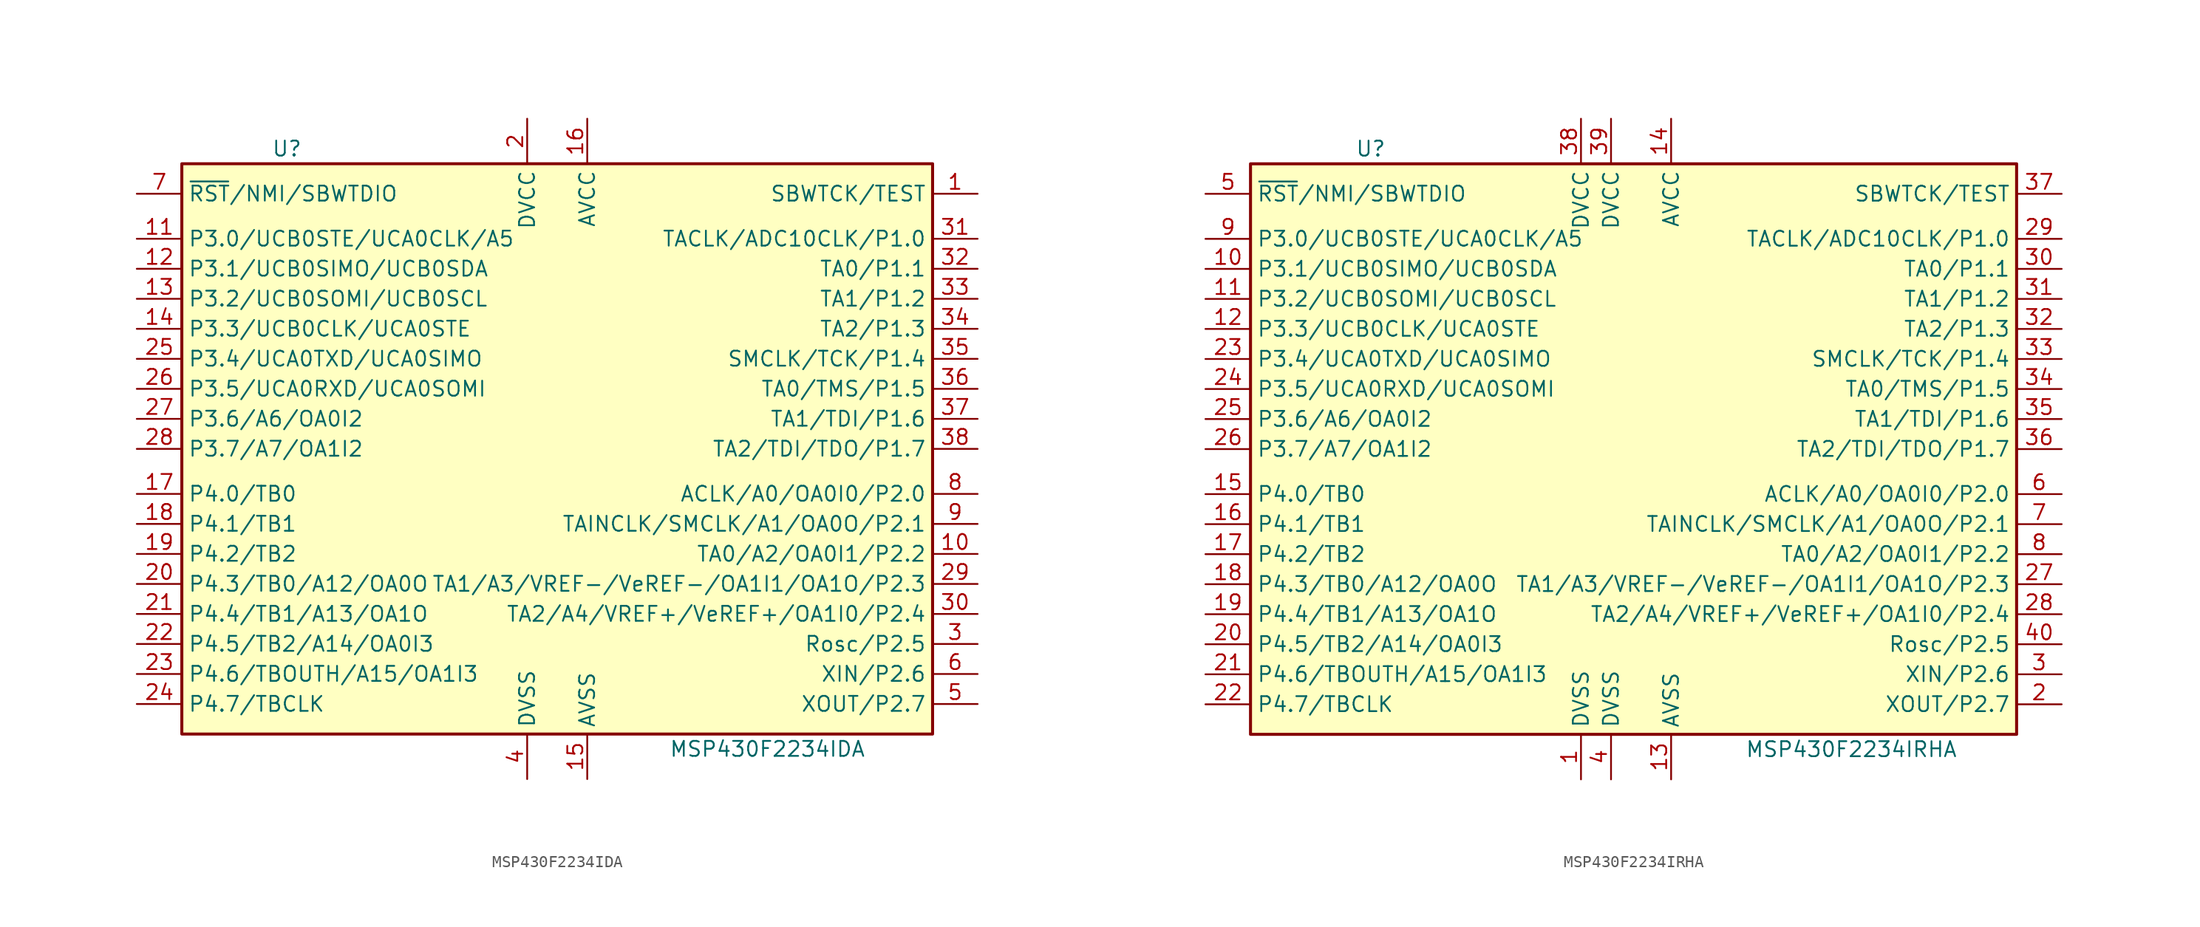
<source format=kicad_sym>
(kicad_symbol_lib
  (version 20231120)
  (generator "kicad_symbol_editor")
  (generator_version "8.0")
  (symbol "MSP430F2234IDA"
    (property "Reference" "U"
      (at -22.86 25.4 0)
      (effects (font (size 1.27 1.27))))
    (property "Value" "MSP430F2234IDA"
      (at 17.78 -25.4 0)
      (effects (font (size 1.27 1.27))))
    (symbol "MSP430F2234IDA_0_1"
      (rectangle (start -31.75 24.13) (end 31.75 -24.13) (stroke (width 0.254) (type default)) (fill (type background))))
    (symbol "MSP430F2234IDA_1_1"
      (pin input line (at 35.56 21.59 180) (length 3.81) (name "SBWTCK/TEST" (effects (font (size 1.27 1.27)))) (number "1" (effects (font (size 1.27 1.27)))))
      (pin bidirectional line (at 35.56 -8.89 180) (length 3.81) (name "TA0/A2/OA0I1/P2.2" (effects (font (size 1.27 1.27)))) (number "10" (effects (font (size 1.27 1.27)))))
      (pin bidirectional line (at -35.56 17.78 0) (length 3.81) (name "P3.0/UCB0STE/UCA0CLK/A5" (effects (font (size 1.27 1.27)))) (number "11" (effects (font (size 1.27 1.27)))))
      (pin bidirectional line (at -35.56 15.24 0) (length 3.81) (name "P3.1/UCB0SIMO/UCB0SDA" (effects (font (size 1.27 1.27)))) (number "12" (effects (font (size 1.27 1.27)))))
      (pin bidirectional line (at -35.56 12.7 0) (length 3.81) (name "P3.2/UCB0SOMI/UCB0SCL" (effects (font (size 1.27 1.27)))) (number "13" (effects (font (size 1.27 1.27)))))
      (pin bidirectional line (at -35.56 10.16 0) (length 3.81) (name "P3.3/UCB0CLK/UCA0STE" (effects (font (size 1.27 1.27)))) (number "14" (effects (font (size 1.27 1.27)))))
      (pin power_in line (at 2.54 -27.94 90) (length 3.81) (name "AVSS" (effects (font (size 1.27 1.27)))) (number "15" (effects (font (size 1.27 1.27)))))
      (pin power_in line (at 2.54 27.94 270) (length 3.81) (name "AVCC" (effects (font (size 1.27 1.27)))) (number "16" (effects (font (size 1.27 1.27)))))
      (pin bidirectional line (at -35.56 -3.81 0) (length 3.81) (name "P4.0/TB0" (effects (font (size 1.27 1.27)))) (number "17" (effects (font (size 1.27 1.27)))))
      (pin bidirectional line (at -35.56 -6.35 0) (length 3.81) (name "P4.1/TB1" (effects (font (size 1.27 1.27)))) (number "18" (effects (font (size 1.27 1.27)))))
      (pin bidirectional line (at -35.56 -8.89 0) (length 3.81) (name "P4.2/TB2" (effects (font (size 1.27 1.27)))) (number "19" (effects (font (size 1.27 1.27)))))
      (pin power_in line (at -2.54 27.94 270) (length 3.81) (name "DVCC" (effects (font (size 1.27 1.27)))) (number "2" (effects (font (size 1.27 1.27)))))
      (pin bidirectional line (at -35.56 -11.43 0) (length 3.81) (name "P4.3/TB0/A12/OA0O" (effects (font (size 1.27 1.27)))) (number "20" (effects (font (size 1.27 1.27)))))
      (pin bidirectional line (at -35.56 -13.97 0) (length 3.81) (name "P4.4/TB1/A13/OA1O" (effects (font (size 1.27 1.27)))) (number "21" (effects (font (size 1.27 1.27)))))
      (pin bidirectional line (at -35.56 -16.51 0) (length 3.81) (name "P4.5/TB2/A14/OA0I3" (effects (font (size 1.27 1.27)))) (number "22" (effects (font (size 1.27 1.27)))))
      (pin bidirectional line (at -35.56 -19.05 0) (length 3.81) (name "P4.6/TBOUTH/A15/OA1I3" (effects (font (size 1.27 1.27)))) (number "23" (effects (font (size 1.27 1.27)))))
      (pin bidirectional line (at -35.56 -21.59 0) (length 3.81) (name "P4.7/TBCLK" (effects (font (size 1.27 1.27)))) (number "24" (effects (font (size 1.27 1.27)))))
      (pin bidirectional line (at -35.56 7.62 0) (length 3.81) (name "P3.4/UCA0TXD/UCA0SIMO" (effects (font (size 1.27 1.27)))) (number "25" (effects (font (size 1.27 1.27)))))
      (pin bidirectional line (at -35.56 5.08 0) (length 3.81) (name "P3.5/UCA0RXD/UCA0SOMI" (effects (font (size 1.27 1.27)))) (number "26" (effects (font (size 1.27 1.27)))))
      (pin bidirectional line (at -35.56 2.54 0) (length 3.81) (name "P3.6/A6/OA0I2" (effects (font (size 1.27 1.27)))) (number "27" (effects (font (size 1.27 1.27)))))
      (pin bidirectional line (at -35.56 0 0) (length 3.81) (name "P3.7/A7/OA1I2" (effects (font (size 1.27 1.27)))) (number "28" (effects (font (size 1.27 1.27)))))
      (pin bidirectional line (at 35.56 -11.43 180) (length 3.81) (name "TA1/A3/VREF-/VeREF-/OA1I1/OA1O/P2.3" (effects (font (size 1.27 1.27)))) (number "29" (effects (font (size 1.27 1.27)))))
      (pin bidirectional line (at 35.56 -16.51 180) (length 3.81) (name "Rosc/P2.5" (effects (font (size 1.27 1.27)))) (number "3" (effects (font (size 1.27 1.27)))))
      (pin bidirectional line (at 35.56 -13.97 180) (length 3.81) (name "TA2/A4/VREF+/VeREF+/OA1I0/P2.4" (effects (font (size 1.27 1.27)))) (number "30" (effects (font (size 1.27 1.27)))))
      (pin bidirectional line (at 35.56 17.78 180) (length 3.81) (name "TACLK/ADC10CLK/P1.0" (effects (font (size 1.27 1.27)))) (number "31" (effects (font (size 1.27 1.27)))))
      (pin bidirectional line (at 35.56 15.24 180) (length 3.81) (name "TA0/P1.1" (effects (font (size 1.27 1.27)))) (number "32" (effects (font (size 1.27 1.27)))))
      (pin bidirectional line (at 35.56 12.7 180) (length 3.81) (name "TA1/P1.2" (effects (font (size 1.27 1.27)))) (number "33" (effects (font (size 1.27 1.27)))))
      (pin bidirectional line (at 35.56 10.16 180) (length 3.81) (name "TA2/P1.3" (effects (font (size 1.27 1.27)))) (number "34" (effects (font (size 1.27 1.27)))))
      (pin bidirectional line (at 35.56 7.62 180) (length 3.81) (name "SMCLK/TCK/P1.4" (effects (font (size 1.27 1.27)))) (number "35" (effects (font (size 1.27 1.27)))))
      (pin bidirectional line (at 35.56 5.08 180) (length 3.81) (name "TA0/TMS/P1.5" (effects (font (size 1.27 1.27)))) (number "36" (effects (font (size 1.27 1.27)))))
      (pin bidirectional line (at 35.56 2.54 180) (length 3.81) (name "TA1/TDI/P1.6" (effects (font (size 1.27 1.27)))) (number "37" (effects (font (size 1.27 1.27)))))
      (pin bidirectional line (at 35.56 0 180) (length 3.81) (name "TA2/TDI/TDO/P1.7" (effects (font (size 1.27 1.27)))) (number "38" (effects (font (size 1.27 1.27)))))
      (pin power_in line (at -2.54 -27.94 90) (length 3.81) (name "DVSS" (effects (font (size 1.27 1.27)))) (number "4" (effects (font (size 1.27 1.27)))))
      (pin bidirectional line (at 35.56 -21.59 180) (length 3.81) (name "XOUT/P2.7" (effects (font (size 1.27 1.27)))) (number "5" (effects (font (size 1.27 1.27)))))
      (pin bidirectional line (at 35.56 -19.05 180) (length 3.81) (name "XIN/P2.6" (effects (font (size 1.27 1.27)))) (number "6" (effects (font (size 1.27 1.27)))))
      (pin bidirectional line (at -35.56 21.59 0) (length 3.81) (name "~{RST}/NMI/SBWTDIO" (effects (font (size 1.27 1.27)))) (number "7" (effects (font (size 1.27 1.27)))))
      (pin bidirectional line (at 35.56 -3.81 180) (length 3.81) (name "ACLK/A0/OA0I0/P2.0" (effects (font (size 1.27 1.27)))) (number "8" (effects (font (size 1.27 1.27)))))
      (pin bidirectional line (at 35.56 -6.35 180) (length 3.81) (name "TAINCLK/SMCLK/A1/OA0O/P2.1" (effects (font (size 1.27 1.27)))) (number "9" (effects (font (size 1.27 1.27)))))))
  (symbol "MSP430F2234IRHA"
    (property "Reference" "U"
      (at -22.86 25.4 0)
      (effects (font (size 1.27 1.27))))
    (property "Value" "MSP430F2234IRHA"
      (at 17.78 -25.4 0)
      (effects (font (size 1.27 1.27))))
    (symbol "MSP430F2234IRHA_0_1"
      (rectangle (start -33.02 24.13) (end 31.75 -24.13) (stroke (width 0.254) (type default)) (fill (type background))))
    (symbol "MSP430F2234IRHA_1_1"
      (pin power_in line (at -5.08 -27.94 90) (length 3.81) (name "DVSS" (effects (font (size 1.27 1.27)))) (number "1" (effects (font (size 1.27 1.27)))))
      (pin bidirectional line (at -36.83 15.24 0) (length 3.81) (name "P3.1/UCB0SIMO/UCB0SDA" (effects (font (size 1.27 1.27)))) (number "10" (effects (font (size 1.27 1.27)))))
      (pin bidirectional line (at -36.83 12.7 0) (length 3.81) (name "P3.2/UCB0SOMI/UCB0SCL" (effects (font (size 1.27 1.27)))) (number "11" (effects (font (size 1.27 1.27)))))
      (pin bidirectional line (at -36.83 10.16 0) (length 3.81) (name "P3.3/UCB0CLK/UCA0STE" (effects (font (size 1.27 1.27)))) (number "12" (effects (font (size 1.27 1.27)))))
      (pin power_in line (at 2.54 -27.94 90) (length 3.81) (name "AVSS" (effects (font (size 1.27 1.27)))) (number "13" (effects (font (size 1.27 1.27)))))
      (pin power_in line (at 2.54 27.94 270) (length 3.81) (name "AVCC" (effects (font (size 1.27 1.27)))) (number "14" (effects (font (size 1.27 1.27)))))
      (pin bidirectional line (at -36.83 -3.81 0) (length 3.81) (name "P4.0/TB0" (effects (font (size 1.27 1.27)))) (number "15" (effects (font (size 1.27 1.27)))))
      (pin bidirectional line (at -36.83 -6.35 0) (length 3.81) (name "P4.1/TB1" (effects (font (size 1.27 1.27)))) (number "16" (effects (font (size 1.27 1.27)))))
      (pin bidirectional line (at -36.83 -8.89 0) (length 3.81) (name "P4.2/TB2" (effects (font (size 1.27 1.27)))) (number "17" (effects (font (size 1.27 1.27)))))
      (pin bidirectional line (at -36.83 -11.43 0) (length 3.81) (name "P4.3/TB0/A12/OA0O" (effects (font (size 1.27 1.27)))) (number "18" (effects (font (size 1.27 1.27)))))
      (pin bidirectional line (at -36.83 -13.97 0) (length 3.81) (name "P4.4/TB1/A13/OA1O" (effects (font (size 1.27 1.27)))) (number "19" (effects (font (size 1.27 1.27)))))
      (pin bidirectional line (at 35.56 -21.59 180) (length 3.81) (name "XOUT/P2.7" (effects (font (size 1.27 1.27)))) (number "2" (effects (font (size 1.27 1.27)))))
      (pin bidirectional line (at -36.83 -16.51 0) (length 3.81) (name "P4.5/TB2/A14/OA0I3" (effects (font (size 1.27 1.27)))) (number "20" (effects (font (size 1.27 1.27)))))
      (pin bidirectional line (at -36.83 -19.05 0) (length 3.81) (name "P4.6/TBOUTH/A15/OA1I3" (effects (font (size 1.27 1.27)))) (number "21" (effects (font (size 1.27 1.27)))))
      (pin bidirectional line (at -36.83 -21.59 0) (length 3.81) (name "P4.7/TBCLK" (effects (font (size 1.27 1.27)))) (number "22" (effects (font (size 1.27 1.27)))))
      (pin bidirectional line (at -36.83 7.62 0) (length 3.81) (name "P3.4/UCA0TXD/UCA0SIMO" (effects (font (size 1.27 1.27)))) (number "23" (effects (font (size 1.27 1.27)))))
      (pin bidirectional line (at -36.83 5.08 0) (length 3.81) (name "P3.5/UCA0RXD/UCA0SOMI" (effects (font (size 1.27 1.27)))) (number "24" (effects (font (size 1.27 1.27)))))
      (pin bidirectional line (at -36.83 2.54 0) (length 3.81) (name "P3.6/A6/OA0I2" (effects (font (size 1.27 1.27)))) (number "25" (effects (font (size 1.27 1.27)))))
      (pin bidirectional line (at -36.83 0 0) (length 3.81) (name "P3.7/A7/OA1I2" (effects (font (size 1.27 1.27)))) (number "26" (effects (font (size 1.27 1.27)))))
      (pin bidirectional line (at 35.56 -11.43 180) (length 3.81) (name "TA1/A3/VREF-/VeREF-/OA1I1/OA1O/P2.3" (effects (font (size 1.27 1.27)))) (number "27" (effects (font (size 1.27 1.27)))))
      (pin bidirectional line (at 35.56 -13.97 180) (length 3.81) (name "TA2/A4/VREF+/VeREF+/OA1I0/P2.4" (effects (font (size 1.27 1.27)))) (number "28" (effects (font (size 1.27 1.27)))))
      (pin bidirectional line (at 35.56 17.78 180) (length 3.81) (name "TACLK/ADC10CLK/P1.0" (effects (font (size 1.27 1.27)))) (number "29" (effects (font (size 1.27 1.27)))))
      (pin bidirectional line (at 35.56 -19.05 180) (length 3.81) (name "XIN/P2.6" (effects (font (size 1.27 1.27)))) (number "3" (effects (font (size 1.27 1.27)))))
      (pin bidirectional line (at 35.56 15.24 180) (length 3.81) (name "TA0/P1.1" (effects (font (size 1.27 1.27)))) (number "30" (effects (font (size 1.27 1.27)))))
      (pin bidirectional line (at 35.56 12.7 180) (length 3.81) (name "TA1/P1.2" (effects (font (size 1.27 1.27)))) (number "31" (effects (font (size 1.27 1.27)))))
      (pin bidirectional line (at 35.56 10.16 180) (length 3.81) (name "TA2/P1.3" (effects (font (size 1.27 1.27)))) (number "32" (effects (font (size 1.27 1.27)))))
      (pin bidirectional line (at 35.56 7.62 180) (length 3.81) (name "SMCLK/TCK/P1.4" (effects (font (size 1.27 1.27)))) (number "33" (effects (font (size 1.27 1.27)))))
      (pin bidirectional line (at 35.56 5.08 180) (length 3.81) (name "TA0/TMS/P1.5" (effects (font (size 1.27 1.27)))) (number "34" (effects (font (size 1.27 1.27)))))
      (pin bidirectional line (at 35.56 2.54 180) (length 3.81) (name "TA1/TDI/P1.6" (effects (font (size 1.27 1.27)))) (number "35" (effects (font (size 1.27 1.27)))))
      (pin bidirectional line (at 35.56 0 180) (length 3.81) (name "TA2/TDI/TDO/P1.7" (effects (font (size 1.27 1.27)))) (number "36" (effects (font (size 1.27 1.27)))))
      (pin input line (at 35.56 21.59 180) (length 3.81) (name "SBWTCK/TEST" (effects (font (size 1.27 1.27)))) (number "37" (effects (font (size 1.27 1.27)))))
      (pin power_in line (at -5.08 27.94 270) (length 3.81) (name "DVCC" (effects (font (size 1.27 1.27)))) (number "38" (effects (font (size 1.27 1.27)))))
      (pin power_in line (at -2.54 27.94 270) (length 3.81) (name "DVCC" (effects (font (size 1.27 1.27)))) (number "39" (effects (font (size 1.27 1.27)))))
      (pin power_in line (at -2.54 -27.94 90) (length 3.81) (name "DVSS" (effects (font (size 1.27 1.27)))) (number "4" (effects (font (size 1.27 1.27)))))
      (pin bidirectional line (at 35.56 -16.51 180) (length 3.81) (name "Rosc/P2.5" (effects (font (size 1.27 1.27)))) (number "40" (effects (font (size 1.27 1.27)))))
      (pin bidirectional line (at -36.83 21.59 0) (length 3.81) (name "~{RST}/NMI/SBWTDIO" (effects (font (size 1.27 1.27)))) (number "5" (effects (font (size 1.27 1.27)))))
      (pin bidirectional line (at 35.56 -3.81 180) (length 3.81) (name "ACLK/A0/OA0I0/P2.0" (effects (font (size 1.27 1.27)))) (number "6" (effects (font (size 1.27 1.27)))))
      (pin bidirectional line (at 35.56 -6.35 180) (length 3.81) (name "TAINCLK/SMCLK/A1/OA0O/P2.1" (effects (font (size 1.27 1.27)))) (number "7" (effects (font (size 1.27 1.27)))))
      (pin bidirectional line (at 35.56 -8.89 180) (length 3.81) (name "TA0/A2/OA0I1/P2.2" (effects (font (size 1.27 1.27)))) (number "8" (effects (font (size 1.27 1.27)))))
      (pin bidirectional line (at -36.83 17.78 0) (length 3.81) (name "P3.0/UCB0STE/UCA0CLK/A5" (effects (font (size 1.27 1.27)))) (number "9" (effects (font (size 1.27 1.27))))))))
</source>
